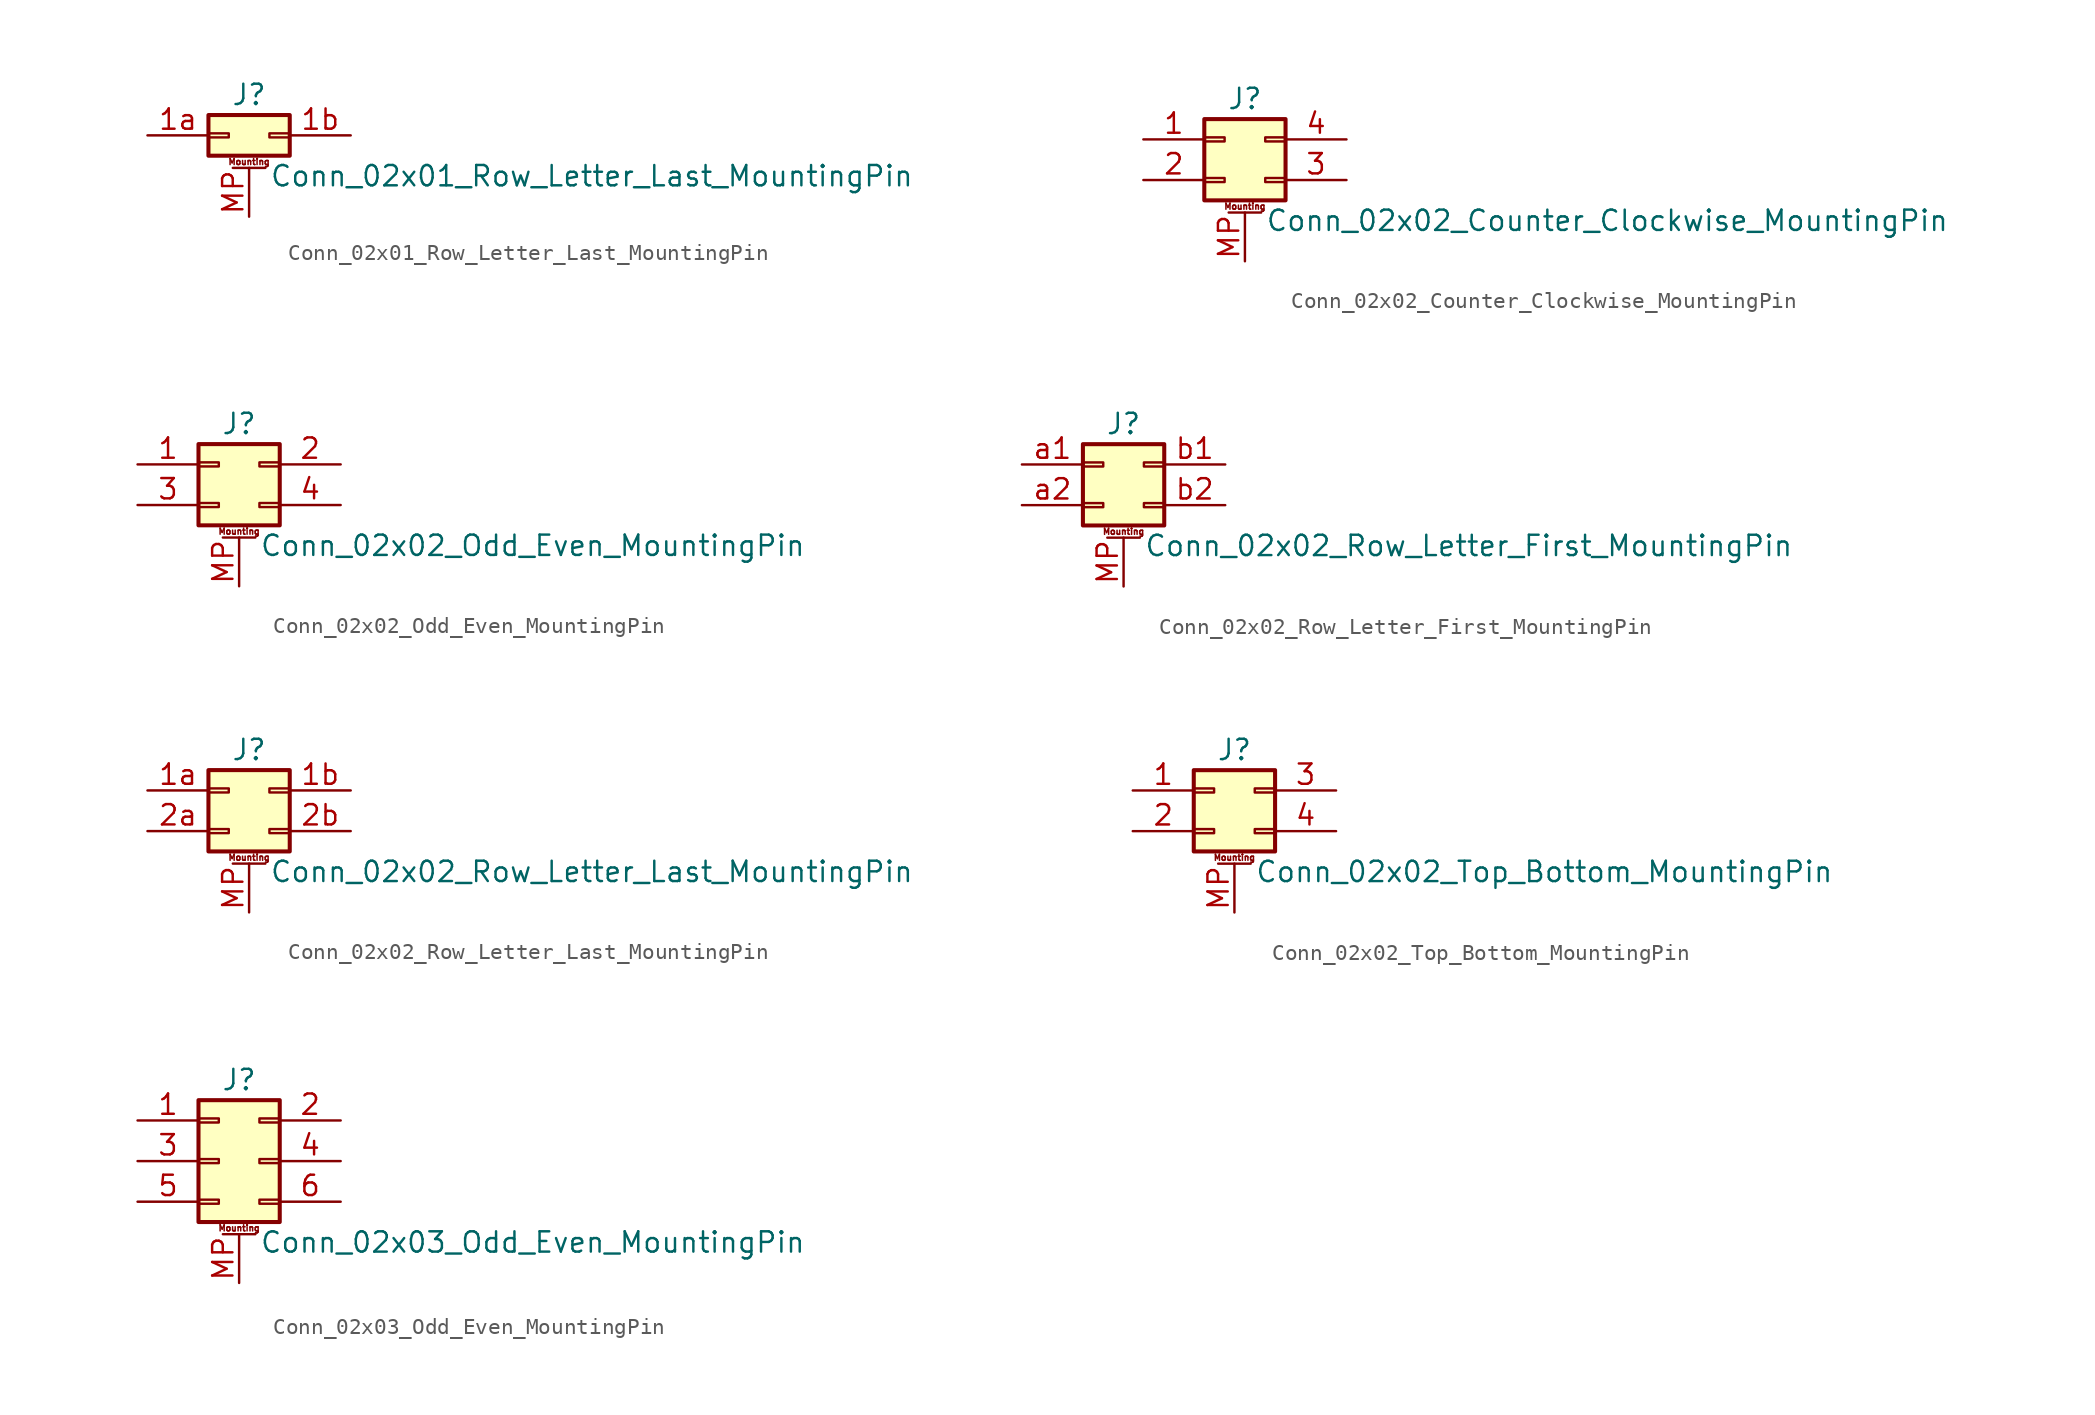
<source format=kicad_sym>
(kicad_symbol_lib
  (version 20201005)
  (generator kicad_symbol_editor)
  (symbol "Connector_Generic_MountingPin:Conn_02x01_Row_Letter_Last_MountingPin"
    (pin_names
      (offset 1.016) hide)
    (property "Reference" "J"
      (at 1.27 2.54 0)
      (effects (font (size 1.27 1.27))))
    (property "Value" "Conn_02x01_Row_Letter_Last_MountingPin"
      (at 2.54 -2.54 0)
      (effects (font (size 1.27 1.27)) (justify left)))
    (symbol "Conn_02x01_Row_Letter_Last_MountingPin_1_1"
      (text "Mounting" (at 1.27 -1.651 0) (effects (font (size 0.381 0.381))))
      (rectangle (start -1.27 0.127) (end 0 -0.127) (stroke (width 0.152)) (fill (type none)))
      (rectangle (start -1.27 1.27) (end 3.81 -1.27) (stroke (width 0.254)) (fill (type background)))
      (rectangle (start 3.81 0.127) (end 2.54 -0.127) (stroke (width 0.152)) (fill (type none)))
      (polyline (pts (xy 0.254 -2.032) (xy 2.286 -2.032)) (stroke (width 0.152)) (fill (type none)))
      (pin passive line (at 1.27 -5.08 90) (length 3.048) (name "MountPin" (effects (font (size 1.27 1.27)))) (number "MP" (effects (font (size 1.27 1.27)))))
      (pin passive line (at -5.08 0 0) (length 3.81) (name "Pin_1a" (effects (font (size 1.27 1.27)))) (number "1a" (effects (font (size 1.27 1.27)))))
      (pin passive line (at 7.62 0 180) (length 3.81) (name "Pin_1b" (effects (font (size 1.27 1.27)))) (number "1b" (effects (font (size 1.27 1.27)))))))
  (symbol "Connector_Generic_MountingPin:Conn_02x02_Counter_Clockwise_MountingPin"
    (pin_names
      (offset 1.016) hide)
    (property "Reference" "J"
      (at 1.27 2.54 0)
      (effects (font (size 1.27 1.27))))
    (property "Value" "Conn_02x02_Counter_Clockwise_MountingPin"
      (at 2.54 -5.08 0)
      (effects (font (size 1.27 1.27)) (justify left)))
    (symbol "Conn_02x02_Counter_Clockwise_MountingPin_1_1"
      (text "Mounting" (at 1.27 -4.191 0) (effects (font (size 0.381 0.381))))
      (rectangle (start -1.27 -2.413) (end 0 -2.667) (stroke (width 0.152)) (fill (type none)))
      (rectangle (start -1.27 0.127) (end 0 -0.127) (stroke (width 0.152)) (fill (type none)))
      (rectangle (start -1.27 1.27) (end 3.81 -3.81) (stroke (width 0.254)) (fill (type background)))
      (rectangle (start 3.81 -2.413) (end 2.54 -2.667) (stroke (width 0.152)) (fill (type none)))
      (rectangle (start 3.81 0.127) (end 2.54 -0.127) (stroke (width 0.152)) (fill (type none)))
      (polyline (pts (xy 0.254 -4.572) (xy 2.286 -4.572)) (stroke (width 0.152)) (fill (type none)))
      (pin passive line (at 1.27 -7.62 90) (length 3.048) (name "MountPin" (effects (font (size 1.27 1.27)))) (number "MP" (effects (font (size 1.27 1.27)))))
      (pin passive line (at -5.08 0 0) (length 3.81) (name "Pin_1" (effects (font (size 1.27 1.27)))) (number "1" (effects (font (size 1.27 1.27)))))
      (pin passive line (at -5.08 -2.54 0) (length 3.81) (name "Pin_2" (effects (font (size 1.27 1.27)))) (number "2" (effects (font (size 1.27 1.27)))))
      (pin passive line (at 7.62 -2.54 180) (length 3.81) (name "Pin_3" (effects (font (size 1.27 1.27)))) (number "3" (effects (font (size 1.27 1.27)))))
      (pin passive line (at 7.62 0 180) (length 3.81) (name "Pin_4" (effects (font (size 1.27 1.27)))) (number "4" (effects (font (size 1.27 1.27)))))))
  (symbol "Connector_Generic_MountingPin:Conn_02x02_Odd_Even_MountingPin"
    (pin_names
      (offset 1.016) hide)
    (property "Reference" "J"
      (at 1.27 2.54 0)
      (effects (font (size 1.27 1.27))))
    (property "Value" "Conn_02x02_Odd_Even_MountingPin"
      (at 2.54 -5.08 0)
      (effects (font (size 1.27 1.27)) (justify left)))
    (symbol "Conn_02x02_Odd_Even_MountingPin_1_1"
      (text "Mounting" (at 1.27 -4.191 0) (effects (font (size 0.381 0.381))))
      (rectangle (start -1.27 -2.413) (end 0 -2.667) (stroke (width 0.152)) (fill (type none)))
      (rectangle (start -1.27 0.127) (end 0 -0.127) (stroke (width 0.152)) (fill (type none)))
      (rectangle (start -1.27 1.27) (end 3.81 -3.81) (stroke (width 0.254)) (fill (type background)))
      (rectangle (start 3.81 -2.413) (end 2.54 -2.667) (stroke (width 0.152)) (fill (type none)))
      (rectangle (start 3.81 0.127) (end 2.54 -0.127) (stroke (width 0.152)) (fill (type none)))
      (polyline (pts (xy 0.254 -4.572) (xy 2.286 -4.572)) (stroke (width 0.152)) (fill (type none)))
      (pin passive line (at 1.27 -7.62 90) (length 3.048) (name "MountPin" (effects (font (size 1.27 1.27)))) (number "MP" (effects (font (size 1.27 1.27)))))
      (pin passive line (at -5.08 0 0) (length 3.81) (name "Pin_1" (effects (font (size 1.27 1.27)))) (number "1" (effects (font (size 1.27 1.27)))))
      (pin passive line (at 7.62 0 180) (length 3.81) (name "Pin_2" (effects (font (size 1.27 1.27)))) (number "2" (effects (font (size 1.27 1.27)))))
      (pin passive line (at -5.08 -2.54 0) (length 3.81) (name "Pin_3" (effects (font (size 1.27 1.27)))) (number "3" (effects (font (size 1.27 1.27)))))
      (pin passive line (at 7.62 -2.54 180) (length 3.81) (name "Pin_4" (effects (font (size 1.27 1.27)))) (number "4" (effects (font (size 1.27 1.27)))))))
  (symbol "Connector_Generic_MountingPin:Conn_02x02_Row_Letter_First_MountingPin"
    (pin_names
      (offset 1.016) hide)
    (property "Reference" "J"
      (at 1.27 2.54 0)
      (effects (font (size 1.27 1.27))))
    (property "Value" "Conn_02x02_Row_Letter_First_MountingPin"
      (at 2.54 -5.08 0)
      (effects (font (size 1.27 1.27)) (justify left)))
    (symbol "Conn_02x02_Row_Letter_First_MountingPin_1_1"
      (text "Mounting" (at 1.27 -4.191 0) (effects (font (size 0.381 0.381))))
      (rectangle (start -1.27 -2.413) (end 0 -2.667) (stroke (width 0.152)) (fill (type none)))
      (rectangle (start -1.27 0.127) (end 0 -0.127) (stroke (width 0.152)) (fill (type none)))
      (rectangle (start -1.27 1.27) (end 3.81 -3.81) (stroke (width 0.254)) (fill (type background)))
      (rectangle (start 3.81 -2.413) (end 2.54 -2.667) (stroke (width 0.152)) (fill (type none)))
      (rectangle (start 3.81 0.127) (end 2.54 -0.127) (stroke (width 0.152)) (fill (type none)))
      (polyline (pts (xy 0.254 -4.572) (xy 2.286 -4.572)) (stroke (width 0.152)) (fill (type none)))
      (pin passive line (at 1.27 -7.62 90) (length 3.048) (name "MountPin" (effects (font (size 1.27 1.27)))) (number "MP" (effects (font (size 1.27 1.27)))))
      (pin passive line (at -5.08 0 0) (length 3.81) (name "Pin_a1" (effects (font (size 1.27 1.27)))) (number "a1" (effects (font (size 1.27 1.27)))))
      (pin passive line (at -5.08 -2.54 0) (length 3.81) (name "Pin_a2" (effects (font (size 1.27 1.27)))) (number "a2" (effects (font (size 1.27 1.27)))))
      (pin passive line (at 7.62 0 180) (length 3.81) (name "Pin_b1" (effects (font (size 1.27 1.27)))) (number "b1" (effects (font (size 1.27 1.27)))))
      (pin passive line (at 7.62 -2.54 180) (length 3.81) (name "Pin_b2" (effects (font (size 1.27 1.27)))) (number "b2" (effects (font (size 1.27 1.27)))))))
  (symbol "Connector_Generic_MountingPin:Conn_02x02_Row_Letter_Last_MountingPin"
    (pin_names
      (offset 1.016) hide)
    (property "Reference" "J"
      (at 1.27 2.54 0)
      (effects (font (size 1.27 1.27))))
    (property "Value" "Conn_02x02_Row_Letter_Last_MountingPin"
      (at 2.54 -5.08 0)
      (effects (font (size 1.27 1.27)) (justify left)))
    (symbol "Conn_02x02_Row_Letter_Last_MountingPin_1_1"
      (text "Mounting" (at 1.27 -4.191 0) (effects (font (size 0.381 0.381))))
      (rectangle (start -1.27 -2.413) (end 0 -2.667) (stroke (width 0.152)) (fill (type none)))
      (rectangle (start -1.27 0.127) (end 0 -0.127) (stroke (width 0.152)) (fill (type none)))
      (rectangle (start -1.27 1.27) (end 3.81 -3.81) (stroke (width 0.254)) (fill (type background)))
      (rectangle (start 3.81 -2.413) (end 2.54 -2.667) (stroke (width 0.152)) (fill (type none)))
      (rectangle (start 3.81 0.127) (end 2.54 -0.127) (stroke (width 0.152)) (fill (type none)))
      (polyline (pts (xy 0.254 -4.572) (xy 2.286 -4.572)) (stroke (width 0.152)) (fill (type none)))
      (pin passive line (at 1.27 -7.62 90) (length 3.048) (name "MountPin" (effects (font (size 1.27 1.27)))) (number "MP" (effects (font (size 1.27 1.27)))))
      (pin passive line (at -5.08 0 0) (length 3.81) (name "Pin_1a" (effects (font (size 1.27 1.27)))) (number "1a" (effects (font (size 1.27 1.27)))))
      (pin passive line (at 7.62 0 180) (length 3.81) (name "Pin_1b" (effects (font (size 1.27 1.27)))) (number "1b" (effects (font (size 1.27 1.27)))))
      (pin passive line (at -5.08 -2.54 0) (length 3.81) (name "Pin_2a" (effects (font (size 1.27 1.27)))) (number "2a" (effects (font (size 1.27 1.27)))))
      (pin passive line (at 7.62 -2.54 180) (length 3.81) (name "Pin_2b" (effects (font (size 1.27 1.27)))) (number "2b" (effects (font (size 1.27 1.27)))))))
  (symbol "Connector_Generic_MountingPin:Conn_02x02_Top_Bottom_MountingPin"
    (pin_names
      (offset 1.016) hide)
    (property "Reference" "J"
      (at 1.27 2.54 0)
      (effects (font (size 1.27 1.27))))
    (property "Value" "Conn_02x02_Top_Bottom_MountingPin"
      (at 2.54 -5.08 0)
      (effects (font (size 1.27 1.27)) (justify left)))
    (symbol "Conn_02x02_Top_Bottom_MountingPin_1_1"
      (text "Mounting" (at 1.27 -4.191 0) (effects (font (size 0.381 0.381))))
      (rectangle (start -1.27 -2.413) (end 0 -2.667) (stroke (width 0.152)) (fill (type none)))
      (rectangle (start -1.27 0.127) (end 0 -0.127) (stroke (width 0.152)) (fill (type none)))
      (rectangle (start -1.27 1.27) (end 3.81 -3.81) (stroke (width 0.254)) (fill (type background)))
      (rectangle (start 3.81 -2.413) (end 2.54 -2.667) (stroke (width 0.152)) (fill (type none)))
      (rectangle (start 3.81 0.127) (end 2.54 -0.127) (stroke (width 0.152)) (fill (type none)))
      (polyline (pts (xy 0.254 -4.572) (xy 2.286 -4.572)) (stroke (width 0.152)) (fill (type none)))
      (pin passive line (at 1.27 -7.62 90) (length 3.048) (name "MountPin" (effects (font (size 1.27 1.27)))) (number "MP" (effects (font (size 1.27 1.27)))))
      (pin passive line (at -5.08 0 0) (length 3.81) (name "Pin_1" (effects (font (size 1.27 1.27)))) (number "1" (effects (font (size 1.27 1.27)))))
      (pin passive line (at -5.08 -2.54 0) (length 3.81) (name "Pin_2" (effects (font (size 1.27 1.27)))) (number "2" (effects (font (size 1.27 1.27)))))
      (pin passive line (at 7.62 0 180) (length 3.81) (name "Pin_3" (effects (font (size 1.27 1.27)))) (number "3" (effects (font (size 1.27 1.27)))))
      (pin passive line (at 7.62 -2.54 180) (length 3.81) (name "Pin_4" (effects (font (size 1.27 1.27)))) (number "4" (effects (font (size 1.27 1.27)))))))
  (symbol "Connector_Generic_MountingPin:Conn_02x03_Odd_Even_MountingPin"
    (pin_names
      (offset 1.016) hide)
    (property "Reference" "J"
      (at 1.27 5.08 0)
      (effects (font (size 1.27 1.27))))
    (property "Value" "Conn_02x03_Odd_Even_MountingPin"
      (at 2.54 -5.08 0)
      (effects (font (size 1.27 1.27)) (justify left)))
    (symbol "Conn_02x03_Odd_Even_MountingPin_1_1"
      (text "Mounting" (at 1.27 -4.191 0) (effects (font (size 0.381 0.381))))
      (rectangle (start -1.27 -2.413) (end 0 -2.667) (stroke (width 0.152)) (fill (type none)))
      (rectangle (start -1.27 2.667) (end 0 2.413) (stroke (width 0.152)) (fill (type none)))
      (rectangle (start -1.27 3.81) (end 3.81 -3.81) (stroke (width 0.254)) (fill (type background)))
      (rectangle (start -1.27 0.127) (end 0 -0.127) (stroke (width 0.152)) (fill (type none)))
      (rectangle (start 3.81 -2.413) (end 2.54 -2.667) (stroke (width 0.152)) (fill (type none)))
      (rectangle (start 3.81 2.667) (end 2.54 2.413) (stroke (width 0.152)) (fill (type none)))
      (rectangle (start 3.81 0.127) (end 2.54 -0.127) (stroke (width 0.152)) (fill (type none)))
      (polyline (pts (xy 0.254 -4.572) (xy 2.286 -4.572)) (stroke (width 0.152)) (fill (type none)))
      (pin passive line (at 1.27 -7.62 90) (length 3.048) (name "MountPin" (effects (font (size 1.27 1.27)))) (number "MP" (effects (font (size 1.27 1.27)))))
      (pin passive line (at -5.08 2.54 0) (length 3.81) (name "Pin_1" (effects (font (size 1.27 1.27)))) (number "1" (effects (font (size 1.27 1.27)))))
      (pin passive line (at 7.62 2.54 180) (length 3.81) (name "Pin_2" (effects (font (size 1.27 1.27)))) (number "2" (effects (font (size 1.27 1.27)))))
      (pin passive line (at -5.08 0 0) (length 3.81) (name "Pin_3" (effects (font (size 1.27 1.27)))) (number "3" (effects (font (size 1.27 1.27)))))
      (pin passive line (at 7.62 0 180) (length 3.81) (name "Pin_4" (effects (font (size 1.27 1.27)))) (number "4" (effects (font (size 1.27 1.27)))))
      (pin passive line (at -5.08 -2.54 0) (length 3.81) (name "Pin_5" (effects (font (size 1.27 1.27)))) (number "5" (effects (font (size 1.27 1.27)))))
      (pin passive line (at 7.62 -2.54 180) (length 3.81) (name "Pin_6" (effects (font (size 1.27 1.27)))) (number "6" (effects (font (size 1.27 1.27))))))))
</source>
